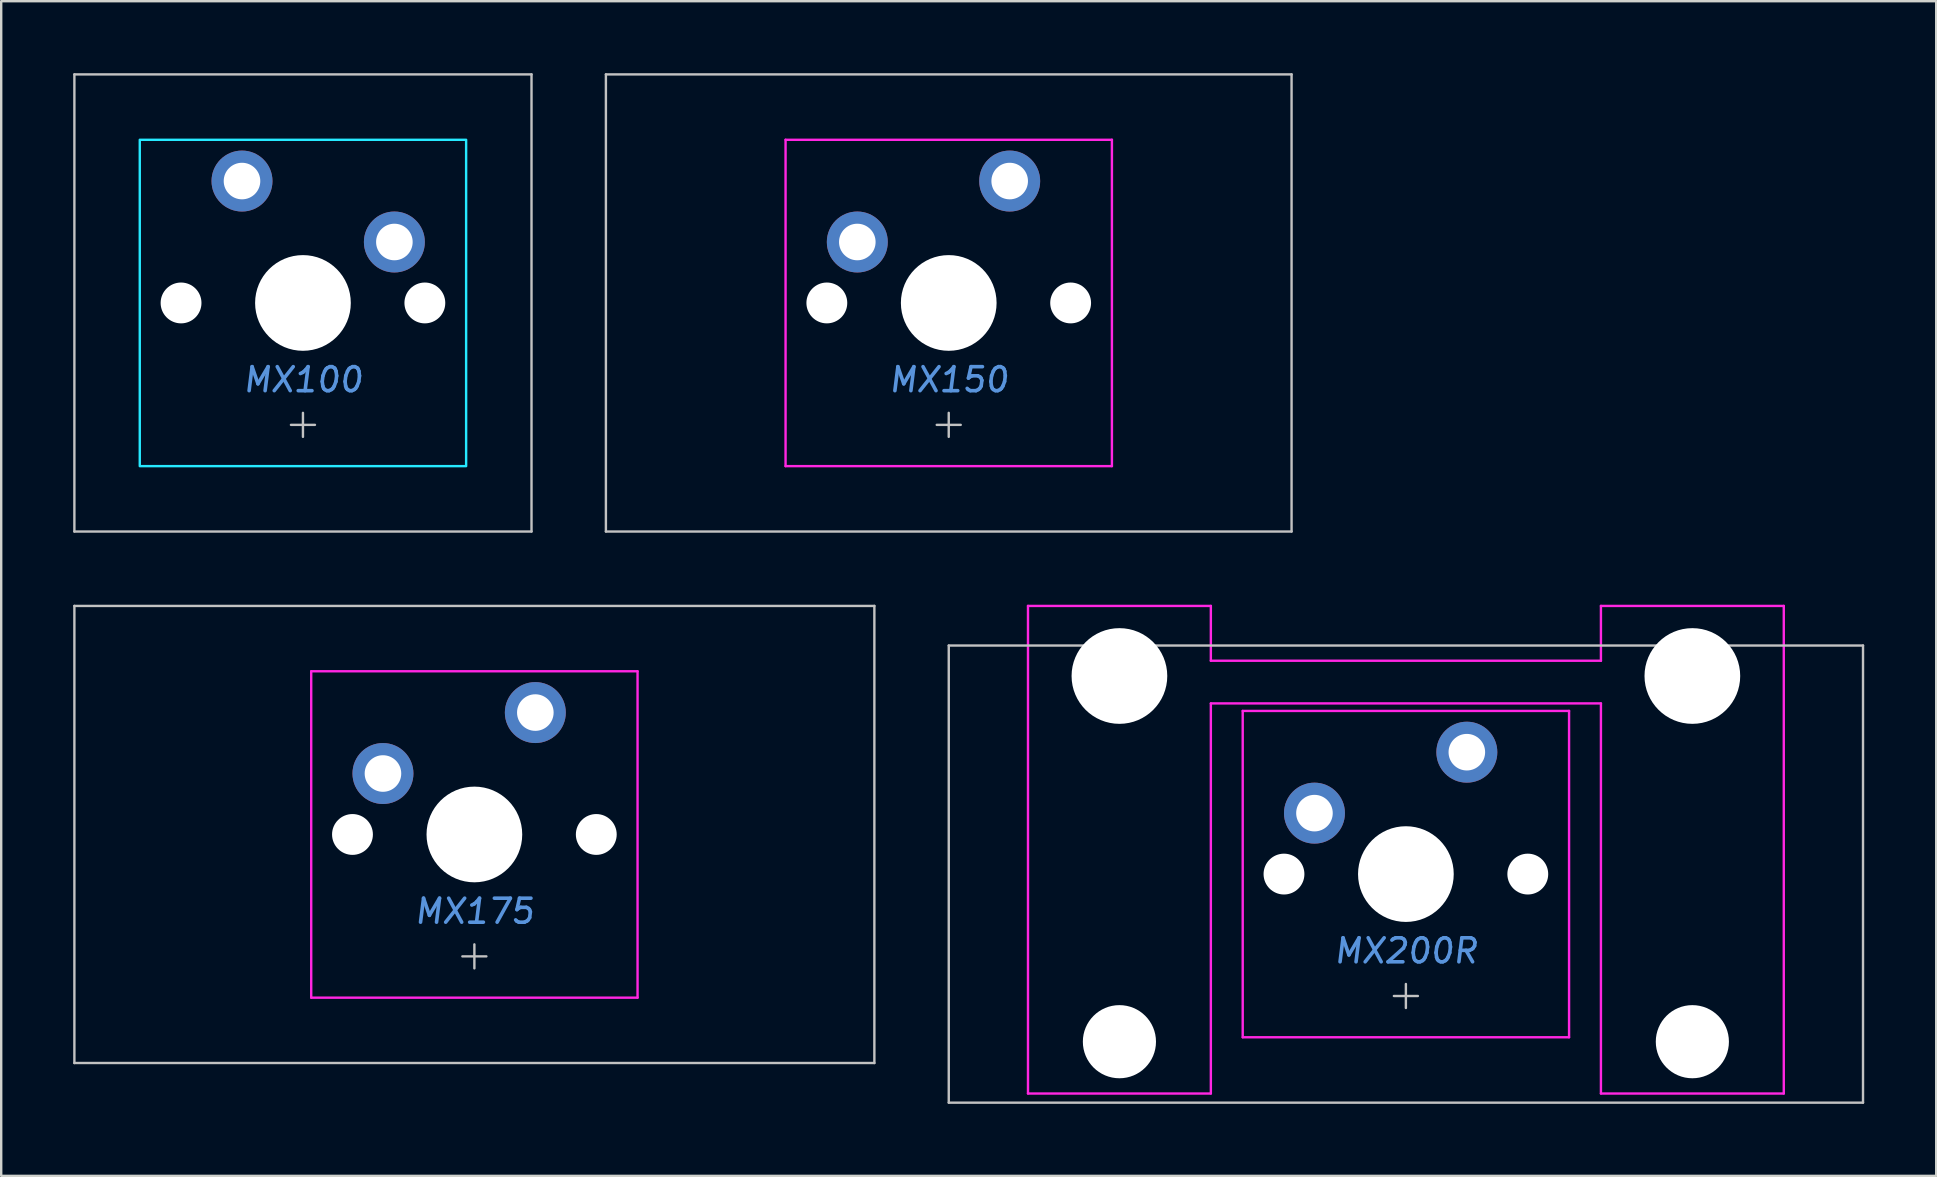
<source format=kicad_pcb>
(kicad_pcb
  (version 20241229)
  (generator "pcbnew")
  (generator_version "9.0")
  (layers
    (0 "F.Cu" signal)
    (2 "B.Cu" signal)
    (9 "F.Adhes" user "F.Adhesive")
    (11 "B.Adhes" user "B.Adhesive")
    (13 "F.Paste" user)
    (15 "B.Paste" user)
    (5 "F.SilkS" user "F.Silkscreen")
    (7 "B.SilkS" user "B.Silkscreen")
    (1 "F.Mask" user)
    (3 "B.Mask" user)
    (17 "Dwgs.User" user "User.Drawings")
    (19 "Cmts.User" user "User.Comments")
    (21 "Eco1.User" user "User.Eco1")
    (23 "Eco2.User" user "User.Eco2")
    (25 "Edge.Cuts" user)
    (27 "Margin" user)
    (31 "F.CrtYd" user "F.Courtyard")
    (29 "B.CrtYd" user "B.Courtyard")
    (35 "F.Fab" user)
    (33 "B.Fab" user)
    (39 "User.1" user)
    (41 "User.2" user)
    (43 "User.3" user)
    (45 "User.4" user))
  (footprint "MX175"
    (layer "F.Cu")
    (at 16.719 31.725)
    (property "Reference" "MX175" (at 0 3.2 0) (layer "Cmts.User") (effects (font (size 1 1) (thickness 0.15) (italic yes))))
    (attr through_hole)
    (fp_line (start -16.669 -9.525) (end -16.669 9.525) (stroke (width 0.1) (type solid)) (layer "Dwgs.User"))
    (fp_line (start 0 4.58) (end 0 5.58) (stroke (width 0.1) (type solid)) (layer "Dwgs.User"))
    (fp_line (start 0.5 5.08) (end -0.5 5.08) (stroke (width 0.1) (type solid)) (layer "Dwgs.User"))
    (fp_line (start 16.669 -9.525) (end -16.669 -9.525) (stroke (width 0.1) (type solid)) (layer "Dwgs.User"))
    (fp_line (start 16.669 -9.525) (end 16.669 9.525) (stroke (width 0.1) (type solid)) (layer "Dwgs.User"))
    (fp_line (start 16.669 9.525) (end -16.669 9.525) (stroke (width 0.1) (type solid)) (layer "Dwgs.User"))
    (fp_line (start -7 6.5) (end -7 -6.5) (stroke (width 0.1) (type solid)) (layer "Eco1.User"))
    (fp_line (start -6.5 -7) (end 6.5 -7) (stroke (width 0.1) (type solid)) (layer "Eco1.User"))
    (fp_line (start 6.5 7) (end -6.5 7) (stroke (width 0.1) (type solid)) (layer "Eco1.User"))
    (fp_line (start 7 -6.5) (end 7 6.5) (stroke (width 0.1) (type solid)) (layer "Eco1.User"))
    (fp_arc (start -7 -6.5) (mid -6.853553 -6.853553) (end -6.5 -7) (stroke (width 0.1) (type solid)) (layer "Eco1.User"))
    (fp_arc (start -6.5 7) (mid -6.853553 6.853553) (end -7 6.5) (stroke (width 0.1) (type solid)) (layer "Eco1.User"))
    (fp_arc (start 6.5 -7) (mid 6.853553 -6.853553) (end 7 -6.5) (stroke (width 0.1) (type solid)) (layer "Eco1.User"))
    (fp_arc (start 7 6.5) (mid 6.853553 6.853553) (end 6.5 7) (stroke (width 0.1) (type solid)) (layer "Eco1.User"))
    (fp_line (start -6.8 6.8) (end -6.8 -6.8) (stroke (width 0.1) (type solid)) (layer "F.CrtYd"))
    (fp_line (start 6.8 -6.8) (end -6.8 -6.8) (stroke (width 0.1) (type solid)) (layer "F.CrtYd"))
    (fp_line (start 6.8 6.8) (end -6.8 6.8) (stroke (width 0.1) (type solid)) (layer "F.CrtYd"))
    (fp_line (start 6.8 6.8) (end 6.8 -6.8) (stroke (width 0.1) (type solid)) (layer "F.CrtYd"))
    (pad "" np_thru_hole circle (at -5.08 0) (size 1.702 1.702) (drill 1.702) (layers "*.Cu" "*.Mask"))
    (pad "" np_thru_hole circle (at 0 0) (size 3.988 3.988) (drill 3.988) (layers "*.Cu" "*.Mask"))
    (pad "" np_thru_hole circle (at 5.08 0) (size 1.702 1.702) (drill 1.702) (layers "*.Cu" "*.Mask"))
    (pad "1" thru_hole circle (at 2.54 -5.08) (size 2.54 2.54) (drill 1.524) (layers "*.Cu" "*.Mask"))
    (pad "2" thru_hole circle (at -3.81 -2.54) (size 2.54 2.54) (drill 1.524) (layers "*.Cu" "*.Mask")))
  (footprint "MX200R"
    (layer "F.Cu")
    (at 55.538 33.376)
    (property "Reference" "MX200R" (at 0 3.2 0) (layer "Cmts.User") (effects (font (size 1 1) (thickness 0.15) (italic yes))))
    (attr through_hole)
    (fp_line (start -19.05 -9.525) (end -19.05 9.525) (stroke (width 0.1) (type solid)) (layer "Dwgs.User"))
    (fp_line (start 0 4.58) (end 0 5.58) (stroke (width 0.1) (type solid)) (layer "Dwgs.User"))
    (fp_line (start 0.5 5.08) (end -0.5 5.08) (stroke (width 0.1) (type solid)) (layer "Dwgs.User"))
    (fp_line (start 19.05 -9.525) (end -19.05 -9.525) (stroke (width 0.1) (type solid)) (layer "Dwgs.User"))
    (fp_line (start 19.05 -9.525) (end 19.05 9.525) (stroke (width 0.1) (type solid)) (layer "Dwgs.User"))
    (fp_line (start 19.05 9.525) (end -19.05 9.525) (stroke (width 0.1) (type solid)) (layer "Dwgs.User"))
    (fp_line (start -15.438 5.485) (end -15.438 -8.515) (stroke (width 0.1) (type solid)) (layer "Eco1.User"))
    (fp_line (start -14.938 5.985) (end -8.938 5.985) (stroke (width 0.1) (type solid)) (layer "Eco1.User"))
    (fp_line (start -8.938 -9.015) (end -14.938 -9.015) (stroke (width 0.1) (type solid)) (layer "Eco1.User"))
    (fp_line (start -8.438 -8.515) (end -8.438 5.485) (stroke (width 0.1) (type solid)) (layer "Eco1.User"))
    (fp_line (start -7 6.5) (end -7 -6.5) (stroke (width 0.1) (type solid)) (layer "Eco1.User"))
    (fp_line (start -6.5 -7) (end 6.5 -7) (stroke (width 0.1) (type solid)) (layer "Eco1.User"))
    (fp_line (start 6.5 7) (end -6.5 7) (stroke (width 0.1) (type solid)) (layer "Eco1.User"))
    (fp_line (start 7 -6.5) (end 7 6.5) (stroke (width 0.1) (type solid)) (layer "Eco1.User"))
    (fp_line (start 8.438 5.485) (end 8.438 -8.515) (stroke (width 0.1) (type solid)) (layer "Eco1.User"))
    (fp_line (start 8.938 5.985) (end 14.938 5.985) (stroke (width 0.1) (type solid)) (layer "Eco1.User"))
    (fp_line (start 14.938 -9.015) (end 8.938 -9.015) (stroke (width 0.1) (type solid)) (layer "Eco1.User"))
    (fp_line (start 15.438 -8.515) (end 15.438 5.485) (stroke (width 0.1) (type solid)) (layer "Eco1.User"))
    (fp_arc (start -15.438 -8.515) (mid -15.291553 -8.868553) (end -14.938 -9.015) (stroke (width 0.1) (type solid)) (layer "Eco1.User"))
    (fp_arc (start -14.938 5.985) (mid -15.291553 5.838553) (end -15.438 5.485) (stroke (width 0.1) (type solid)) (layer "Eco1.User"))
    (fp_arc (start -8.938 -9.015) (mid -8.584447 -8.868553) (end -8.438 -8.515) (stroke (width 0.1) (type solid)) (layer "Eco1.User"))
    (fp_arc (start -8.438 5.485) (mid -8.584447 5.838553) (end -8.938 5.985) (stroke (width 0.1) (type solid)) (layer "Eco1.User"))
    (fp_arc (start -7 -6.5) (mid -6.853553 -6.853553) (end -6.5 -7) (stroke (width 0.1) (type solid)) (layer "Eco1.User"))
    (fp_arc (start -6.5 7) (mid -6.853553 6.853553) (end -7 6.5) (stroke (width 0.1) (type solid)) (layer "Eco1.User"))
    (fp_arc (start 6.5 -7) (mid 6.853553 -6.853553) (end 7 -6.5) (stroke (width 0.1) (type solid)) (layer "Eco1.User"))
    (fp_arc (start 7 6.5) (mid 6.853553 6.853553) (end 6.5 7) (stroke (width 0.1) (type solid)) (layer "Eco1.User"))
    (fp_arc (start 8.438 -8.515) (mid 8.584447 -8.868553) (end 8.938 -9.015) (stroke (width 0.1) (type solid)) (layer "Eco1.User"))
    (fp_arc (start 8.938 5.985) (mid 8.584447 5.838553) (end 8.438 5.485) (stroke (width 0.1) (type solid)) (layer "Eco1.User"))
    (fp_arc (start 14.938 -9.015) (mid 15.291553 -8.868553) (end 15.438 -8.515) (stroke (width 0.1) (type solid)) (layer "Eco1.User"))
    (fp_arc (start 15.438 5.485) (mid 15.291553 5.838553) (end 14.938 5.985) (stroke (width 0.1) (type solid)) (layer "Eco1.User"))
    (fp_line (start -15.748 -11.176) (end -8.128 -11.176) (stroke (width 0.1) (type solid)) (layer "F.CrtYd"))
    (fp_line (start -15.748 9.144) (end -15.748 -11.176) (stroke (width 0.1) (type solid)) (layer "F.CrtYd"))
    (fp_line (start -15.748 9.144) (end -8.128 9.144) (stroke (width 0.1) (type solid)) (layer "F.CrtYd"))
    (fp_line (start -8.128 -8.89) (end -8.128 -11.176) (stroke (width 0.1) (type solid)) (layer "F.CrtYd"))
    (fp_line (start -8.128 -8.89) (end 8.128 -8.89) (stroke (width 0.1) (type solid)) (layer "F.CrtYd"))
    (fp_line (start -8.128 -7.112) (end -8.128 9.144) (stroke (width 0.1) (type solid)) (layer "F.CrtYd"))
    (fp_line (start -8.128 -7.112) (end 8.128 -7.112) (stroke (width 0.1) (type solid)) (layer "F.CrtYd"))
    (fp_line (start -6.8 -6.8) (end -6.8 6.8) (stroke (width 0.1) (type solid)) (layer "F.CrtYd"))
    (fp_line (start -6.8 -6.8) (end 6.8 -6.8) (stroke (width 0.1) (type solid)) (layer "F.CrtYd"))
    (fp_line (start -6.8 6.8) (end 6.8 6.8) (stroke (width 0.1) (type solid)) (layer "F.CrtYd"))
    (fp_line (start 6.8 -6.8) (end 6.8 6.8) (stroke (width 0.1) (type solid)) (layer "F.CrtYd"))
    (fp_line (start 8.128 -11.176) (end 15.748 -11.176) (stroke (width 0.1) (type solid)) (layer "F.CrtYd"))
    (fp_line (start 8.128 -8.89) (end 8.128 -11.176) (stroke (width 0.1) (type solid)) (layer "F.CrtYd"))
    (fp_line (start 8.128 -7.112) (end 8.128 9.144) (stroke (width 0.1) (type solid)) (layer "F.CrtYd"))
    (fp_line (start 8.128 9.144) (end 15.748 9.144) (stroke (width 0.1) (type solid)) (layer "F.CrtYd"))
    (fp_line (start 15.748 9.144) (end 15.748 -11.176) (stroke (width 0.1) (type solid)) (layer "F.CrtYd"))
    (pad "" np_thru_hole circle (at -11.938 -8.255) (size 3.988 3.988) (drill 3.988) (layers "*.Cu" "*.Mask"))
    (pad "" np_thru_hole circle (at -11.938 6.985) (size 3.048 3.048) (drill 3.048) (layers "*.Cu" "*.Mask"))
    (pad "" np_thru_hole circle (at -5.08 0) (size 1.702 1.702) (drill 1.702) (layers "*.Cu" "*.Mask"))
    (pad "" np_thru_hole circle (at 0 0) (size 3.988 3.988) (drill 3.988) (layers "*.Cu" "*.Mask"))
    (pad "" np_thru_hole circle (at 5.08 0) (size 1.702 1.702) (drill 1.702) (layers "*.Cu" "*.Mask"))
    (pad "" np_thru_hole circle (at 11.938 -8.255) (size 3.988 3.988) (drill 3.988) (layers "*.Cu" "*.Mask"))
    (pad "" np_thru_hole circle (at 11.938 6.985) (size 3.048 3.048) (drill 3.048) (layers "*.Cu" "*.Mask"))
    (pad "1" thru_hole circle (at 2.54 -5.08) (size 2.54 2.54) (drill 1.524) (layers "*.Cu" "*.Mask"))
    (pad "2" thru_hole circle (at -3.81 -2.54) (size 2.54 2.54) (drill 1.524) (layers "*.Cu" "*.Mask")))
  (footprint "MX100"
    (layer "F.Cu")
    (at 9.575 9.575)
    (property "Reference" "MX100" (at 0 3.2 0) (layer "Cmts.User") (effects (font (size 1 1) (thickness 0.15) (italic yes))))
    (attr through_hole)
    (fp_circle (center 3.81 -2.54) (end 4.318 -2.54) (stroke (width 0.12) (type solid)) (fill no) (layer "F.Mask"))
    (fp_line (start -9.525 -9.525) (end 9.525 -9.525) (stroke (width 0.1) (type solid)) (layer "Dwgs.User"))
    (fp_line (start -9.525 9.525) (end -9.525 -9.525) (stroke (width 0.1) (type solid)) (layer "Dwgs.User"))
    (fp_line (start -0.5 5.08) (end 0.5 5.08) (stroke (width 0.1) (type solid)) (layer "Dwgs.User"))
    (fp_line (start 0 4.58) (end 0 5.58) (stroke (width 0.1) (type solid)) (layer "Dwgs.User"))
    (fp_line (start 9.525 -9.525) (end 9.525 9.525) (stroke (width 0.1) (type solid)) (layer "Dwgs.User"))
    (fp_line (start 9.525 9.525) (end -9.525 9.525) (stroke (width 0.1) (type solid)) (layer "Dwgs.User"))
    (fp_line (start -7 -6.5) (end -7 6.5) (stroke (width 0.1) (type solid)) (layer "Eco1.User"))
    (fp_line (start -6.5 7) (end 6.5 7) (stroke (width 0.1) (type solid)) (layer "Eco1.User"))
    (fp_line (start 6.5 -7) (end -6.5 -7) (stroke (width 0.1) (type solid)) (layer "Eco1.User"))
    (fp_line (start 7 6.5) (end 7 -6.5) (stroke (width 0.1) (type solid)) (layer "Eco1.User"))
    (fp_arc (start -7 -6.5) (mid -6.853553 -6.853553) (end -6.5 -7) (stroke (width 0.1) (type solid)) (layer "Eco1.User"))
    (fp_arc (start -6.5 7) (mid -6.853553 6.853553) (end -7 6.5) (stroke (width 0.1) (type solid)) (layer "Eco1.User"))
    (fp_arc (start 6.5 -7) (mid 6.853553 -6.853553) (end 7 -6.5) (stroke (width 0.1) (type solid)) (layer "Eco1.User"))
    (fp_arc (start 7 6.5) (mid 6.853553 6.853553) (end 6.5 7) (stroke (width 0.1) (type solid)) (layer "Eco1.User"))
    (fp_rect (start -6.8 -6.8) (end 6.8 6.8) (stroke (width 0.1) (type solid)) (fill no) (layer "B.CrtYd"))
    (pad "" np_thru_hole circle (at -5.08 0) (size 1.702 1.702) (drill 1.702) (layers "*.Cu" "*.Mask"))
    (pad "" np_thru_hole circle (at 0 0) (size 3.988 3.988) (drill 3.988) (layers "*.Cu" "*.Mask"))
    (pad "" np_thru_hole circle (at 5.08 0) (size 1.702 1.702) (drill 1.702) (layers "*.Cu" "*.Mask"))
    (pad "1" thru_hole circle (at -2.54 -5.08) (size 2.54 2.54) (drill 1.524) (layers "*.Cu" "*.Mask"))
    (pad "2" thru_hole circle (at 3.81 -2.54 90) (size 2.54 2.54) (drill 1.524) (layers "*.Cu" "*.Mask")))
  (footprint "MX150"
    (layer "F.Cu")
    (at 36.487 9.575)
    (property "Reference" "MX150" (at 0 3.2 0) (layer "Cmts.User") (effects (font (size 1 1) (thickness 0.15) (italic yes))))
    (attr through_hole)
    (fp_line (start -14.287 -9.525) (end -14.287 9.525) (stroke (width 0.1) (type solid)) (layer "Dwgs.User"))
    (fp_line (start -0.5 5.08) (end 0.5 5.08) (stroke (width 0.1) (type solid)) (layer "Dwgs.User"))
    (fp_line (start 0 5.58) (end 0 4.58) (stroke (width 0.1) (type solid)) (layer "Dwgs.User"))
    (fp_line (start 14.287 -9.525) (end -14.287 -9.525) (stroke (width 0.1) (type solid)) (layer "Dwgs.User"))
    (fp_line (start 14.287 -9.525) (end 14.287 9.525) (stroke (width 0.1) (type solid)) (layer "Dwgs.User"))
    (fp_line (start 14.287 9.525) (end -14.287 9.525) (stroke (width 0.1) (type solid)) (layer "Dwgs.User"))
    (fp_line (start -7 6.5) (end -7 -6.5) (stroke (width 0.1) (type solid)) (layer "Eco1.User"))
    (fp_line (start -6.5 -7) (end 6.5 -7) (stroke (width 0.1) (type solid)) (layer "Eco1.User"))
    (fp_line (start 6.5 7) (end -6.5 7) (stroke (width 0.1) (type solid)) (layer "Eco1.User"))
    (fp_line (start 7 -6.5) (end 7 6.5) (stroke (width 0.1) (type solid)) (layer "Eco1.User"))
    (fp_arc (start -7 -6.5) (mid -6.853553 -6.853553) (end -6.5 -7) (stroke (width 0.1) (type solid)) (layer "Eco1.User"))
    (fp_arc (start -6.5 7) (mid -6.853553 6.853553) (end -7 6.5) (stroke (width 0.1) (type solid)) (layer "Eco1.User"))
    (fp_arc (start 6.5 -7) (mid 6.853553 -6.853553) (end 7 -6.5) (stroke (width 0.1) (type solid)) (layer "Eco1.User"))
    (fp_arc (start 7 6.5) (mid 6.853553 6.853553) (end 6.5 7) (stroke (width 0.1) (type solid)) (layer "Eco1.User"))
    (fp_line (start -6.8 6.8) (end -6.8 -6.8) (stroke (width 0.1) (type solid)) (layer "F.CrtYd"))
    (fp_line (start 6.8 -6.8) (end -6.8 -6.8) (stroke (width 0.1) (type solid)) (layer "F.CrtYd"))
    (fp_line (start 6.8 6.8) (end -6.8 6.8) (stroke (width 0.1) (type solid)) (layer "F.CrtYd"))
    (fp_line (start 6.8 6.8) (end 6.8 -6.8) (stroke (width 0.1) (type solid)) (layer "F.CrtYd"))
    (pad "" np_thru_hole circle (at -5.08 0) (size 1.702 1.702) (drill 1.702) (layers "*.Cu" "*.Mask"))
    (pad "" np_thru_hole circle (at 0 0) (size 3.988 3.988) (drill 3.988) (layers "*.Cu" "*.Mask"))
    (pad "" np_thru_hole circle (at 5.08 0) (size 1.702 1.702) (drill 1.702) (layers "*.Cu" "*.Mask"))
    (pad "1" thru_hole circle (at 2.54 -5.08) (size 2.54 2.54) (drill 1.524) (layers "*.Cu" "*.Mask"))
    (pad "2" thru_hole circle (at -3.81 -2.54) (size 2.54 2.54) (drill 1.524) (layers "*.Cu" "*.Mask")))
  (gr_rect
    (start -3 -3)
    (end 77.638 45.951)
    (stroke (width 0.1) (type default))
    (fill no)
    (layer "Edge.Cuts")))
</source>
